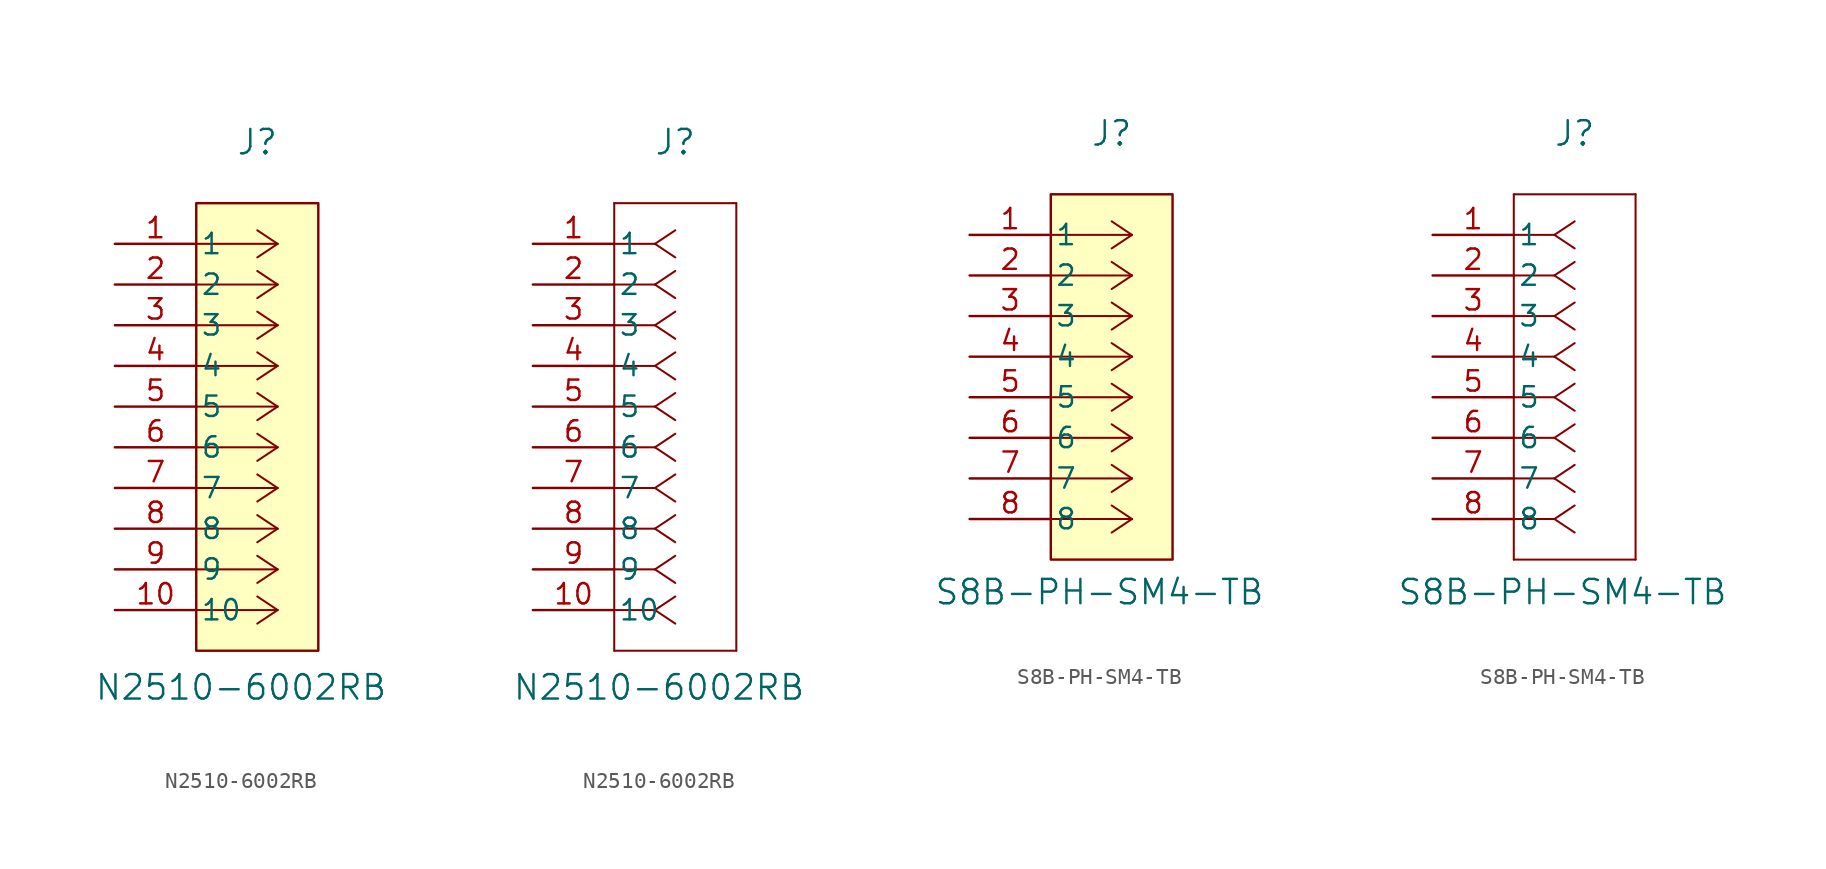
<source format=kicad_sym>
(kicad_symbol_lib
  (version 20231120)
  (generator "kicad_symbol_editor")
  (generator_version "8.0")
  (symbol "N2510-6002RB"
    (pin_names
      (offset 0.254))
    (property "Reference" "J"
      (at 8.89 6.35 0)
      (effects (font (size 1.524 1.524))))
    (property "Value" "N2510-6002RB"
      (at 7.874 -27.686 0)
      (effects (font (size 1.524 1.524))))
    (symbol "N2510-6002RB_1_1"
      (polyline (pts (xy 10.16 -22.86) (xy 5.08 -22.86)) (stroke (width 0.127) (type default)) (fill (type none)))
      (polyline (pts (xy 10.16 -22.86) (xy 8.89 -23.707)) (stroke (width 0.127) (type default)) (fill (type none)))
      (polyline (pts (xy 10.16 -22.86) (xy 8.89 -22.013)) (stroke (width 0.127) (type default)) (fill (type none)))
      (polyline (pts (xy 10.16 -20.32) (xy 5.08 -20.32)) (stroke (width 0.127) (type default)) (fill (type none)))
      (polyline (pts (xy 10.16 -20.32) (xy 8.89 -21.167)) (stroke (width 0.127) (type default)) (fill (type none)))
      (polyline (pts (xy 10.16 -20.32) (xy 8.89 -19.473)) (stroke (width 0.127) (type default)) (fill (type none)))
      (polyline (pts (xy 10.16 -17.78) (xy 5.08 -17.78)) (stroke (width 0.127) (type default)) (fill (type none)))
      (polyline (pts (xy 10.16 -17.78) (xy 8.89 -18.627)) (stroke (width 0.127) (type default)) (fill (type none)))
      (polyline (pts (xy 10.16 -17.78) (xy 8.89 -16.933)) (stroke (width 0.127) (type default)) (fill (type none)))
      (polyline (pts (xy 10.16 -15.24) (xy 5.08 -15.24)) (stroke (width 0.127) (type default)) (fill (type none)))
      (polyline (pts (xy 10.16 -15.24) (xy 8.89 -16.087)) (stroke (width 0.127) (type default)) (fill (type none)))
      (polyline (pts (xy 10.16 -15.24) (xy 8.89 -14.393)) (stroke (width 0.127) (type default)) (fill (type none)))
      (polyline (pts (xy 10.16 -12.7) (xy 5.08 -12.7)) (stroke (width 0.127) (type default)) (fill (type none)))
      (polyline (pts (xy 10.16 -12.7) (xy 8.89 -13.547)) (stroke (width 0.127) (type default)) (fill (type none)))
      (polyline (pts (xy 10.16 -12.7) (xy 8.89 -11.853)) (stroke (width 0.127) (type default)) (fill (type none)))
      (polyline (pts (xy 10.16 -10.16) (xy 5.08 -10.16)) (stroke (width 0.127) (type default)) (fill (type none)))
      (polyline (pts (xy 10.16 -10.16) (xy 8.89 -11.007)) (stroke (width 0.127) (type default)) (fill (type none)))
      (polyline (pts (xy 10.16 -10.16) (xy 8.89 -9.313)) (stroke (width 0.127) (type default)) (fill (type none)))
      (polyline (pts (xy 10.16 -7.62) (xy 5.08 -7.62)) (stroke (width 0.127) (type default)) (fill (type none)))
      (polyline (pts (xy 10.16 -7.62) (xy 8.89 -8.467)) (stroke (width 0.127) (type default)) (fill (type none)))
      (polyline (pts (xy 10.16 -7.62) (xy 8.89 -6.773)) (stroke (width 0.127) (type default)) (fill (type none)))
      (polyline (pts (xy 10.16 -5.08) (xy 5.08 -5.08)) (stroke (width 0.127) (type default)) (fill (type none)))
      (polyline (pts (xy 10.16 -5.08) (xy 8.89 -5.927)) (stroke (width 0.127) (type default)) (fill (type none)))
      (polyline (pts (xy 10.16 -5.08) (xy 8.89 -4.233)) (stroke (width 0.127) (type default)) (fill (type none)))
      (polyline (pts (xy 10.16 -2.54) (xy 5.08 -2.54)) (stroke (width 0.127) (type default)) (fill (type none)))
      (polyline (pts (xy 10.16 -2.54) (xy 8.89 -3.387)) (stroke (width 0.127) (type default)) (fill (type none)))
      (polyline (pts (xy 10.16 -2.54) (xy 8.89 -1.693)) (stroke (width 0.127) (type default)) (fill (type none)))
      (polyline (pts (xy 10.16 0) (xy 5.08 0)) (stroke (width 0.127) (type default)) (fill (type none)))
      (polyline (pts (xy 10.16 0) (xy 8.89 -0.847)) (stroke (width 0.127) (type default)) (fill (type none)))
      (polyline (pts (xy 10.16 0) (xy 8.89 0.847)) (stroke (width 0.127) (type default)) (fill (type none)))
      (rectangle (start 5.08 2.54) (end 12.7 -25.4) (stroke (width 0) (type default)) (fill (type background)))
      (pin unspecified line (at 0 0 0) (length 5.08) (name "1" (effects (font (size 1.27 1.27)))) (number "1" (effects (font (size 1.27 1.27)))))
      (pin unspecified line (at 0 -22.86 0) (length 5.08) (name "10" (effects (font (size 1.27 1.27)))) (number "10" (effects (font (size 1.27 1.27)))))
      (pin unspecified line (at 0 -2.54 0) (length 5.08) (name "2" (effects (font (size 1.27 1.27)))) (number "2" (effects (font (size 1.27 1.27)))))
      (pin unspecified line (at 0 -5.08 0) (length 5.08) (name "3" (effects (font (size 1.27 1.27)))) (number "3" (effects (font (size 1.27 1.27)))))
      (pin unspecified line (at 0 -7.62 0) (length 5.08) (name "4" (effects (font (size 1.27 1.27)))) (number "4" (effects (font (size 1.27 1.27)))))
      (pin unspecified line (at 0 -10.16 0) (length 5.08) (name "5" (effects (font (size 1.27 1.27)))) (number "5" (effects (font (size 1.27 1.27)))))
      (pin unspecified line (at 0 -12.7 0) (length 5.08) (name "6" (effects (font (size 1.27 1.27)))) (number "6" (effects (font (size 1.27 1.27)))))
      (pin unspecified line (at 0 -15.24 0) (length 5.08) (name "7" (effects (font (size 1.27 1.27)))) (number "7" (effects (font (size 1.27 1.27)))))
      (pin unspecified line (at 0 -17.78 0) (length 5.08) (name "8" (effects (font (size 1.27 1.27)))) (number "8" (effects (font (size 1.27 1.27)))))
      (pin unspecified line (at 0 -20.32 0) (length 5.08) (name "9" (effects (font (size 1.27 1.27)))) (number "9" (effects (font (size 1.27 1.27))))))
    (symbol "N2510-6002RB_1_2"
      (polyline (pts (xy 5.08 -25.4) (xy 12.7 -25.4)) (stroke (width 0.127) (type default)) (fill (type none)))
      (polyline (pts (xy 5.08 2.54) (xy 5.08 -25.4)) (stroke (width 0.127) (type default)) (fill (type none)))
      (polyline (pts (xy 7.62 -22.86) (xy 5.08 -22.86)) (stroke (width 0.127) (type default)) (fill (type none)))
      (polyline (pts (xy 7.62 -22.86) (xy 8.89 -23.707)) (stroke (width 0.127) (type default)) (fill (type none)))
      (polyline (pts (xy 7.62 -22.86) (xy 8.89 -22.013)) (stroke (width 0.127) (type default)) (fill (type none)))
      (polyline (pts (xy 7.62 -20.32) (xy 5.08 -20.32)) (stroke (width 0.127) (type default)) (fill (type none)))
      (polyline (pts (xy 7.62 -20.32) (xy 8.89 -21.167)) (stroke (width 0.127) (type default)) (fill (type none)))
      (polyline (pts (xy 7.62 -20.32) (xy 8.89 -19.473)) (stroke (width 0.127) (type default)) (fill (type none)))
      (polyline (pts (xy 7.62 -17.78) (xy 5.08 -17.78)) (stroke (width 0.127) (type default)) (fill (type none)))
      (polyline (pts (xy 7.62 -17.78) (xy 8.89 -18.627)) (stroke (width 0.127) (type default)) (fill (type none)))
      (polyline (pts (xy 7.62 -17.78) (xy 8.89 -16.933)) (stroke (width 0.127) (type default)) (fill (type none)))
      (polyline (pts (xy 7.62 -15.24) (xy 5.08 -15.24)) (stroke (width 0.127) (type default)) (fill (type none)))
      (polyline (pts (xy 7.62 -15.24) (xy 8.89 -16.087)) (stroke (width 0.127) (type default)) (fill (type none)))
      (polyline (pts (xy 7.62 -15.24) (xy 8.89 -14.393)) (stroke (width 0.127) (type default)) (fill (type none)))
      (polyline (pts (xy 7.62 -12.7) (xy 5.08 -12.7)) (stroke (width 0.127) (type default)) (fill (type none)))
      (polyline (pts (xy 7.62 -12.7) (xy 8.89 -13.547)) (stroke (width 0.127) (type default)) (fill (type none)))
      (polyline (pts (xy 7.62 -12.7) (xy 8.89 -11.853)) (stroke (width 0.127) (type default)) (fill (type none)))
      (polyline (pts (xy 7.62 -10.16) (xy 5.08 -10.16)) (stroke (width 0.127) (type default)) (fill (type none)))
      (polyline (pts (xy 7.62 -10.16) (xy 8.89 -11.007)) (stroke (width 0.127) (type default)) (fill (type none)))
      (polyline (pts (xy 7.62 -10.16) (xy 8.89 -9.313)) (stroke (width 0.127) (type default)) (fill (type none)))
      (polyline (pts (xy 7.62 -7.62) (xy 5.08 -7.62)) (stroke (width 0.127) (type default)) (fill (type none)))
      (polyline (pts (xy 7.62 -7.62) (xy 8.89 -8.467)) (stroke (width 0.127) (type default)) (fill (type none)))
      (polyline (pts (xy 7.62 -7.62) (xy 8.89 -6.773)) (stroke (width 0.127) (type default)) (fill (type none)))
      (polyline (pts (xy 7.62 -5.08) (xy 5.08 -5.08)) (stroke (width 0.127) (type default)) (fill (type none)))
      (polyline (pts (xy 7.62 -5.08) (xy 8.89 -5.927)) (stroke (width 0.127) (type default)) (fill (type none)))
      (polyline (pts (xy 7.62 -5.08) (xy 8.89 -4.233)) (stroke (width 0.127) (type default)) (fill (type none)))
      (polyline (pts (xy 7.62 -2.54) (xy 5.08 -2.54)) (stroke (width 0.127) (type default)) (fill (type none)))
      (polyline (pts (xy 7.62 -2.54) (xy 8.89 -3.387)) (stroke (width 0.127) (type default)) (fill (type none)))
      (polyline (pts (xy 7.62 -2.54) (xy 8.89 -1.693)) (stroke (width 0.127) (type default)) (fill (type none)))
      (polyline (pts (xy 7.62 0) (xy 5.08 0)) (stroke (width 0.127) (type default)) (fill (type none)))
      (polyline (pts (xy 7.62 0) (xy 8.89 -0.847)) (stroke (width 0.127) (type default)) (fill (type none)))
      (polyline (pts (xy 7.62 0) (xy 8.89 0.847)) (stroke (width 0.127) (type default)) (fill (type none)))
      (polyline (pts (xy 12.7 -25.4) (xy 12.7 2.54)) (stroke (width 0.127) (type default)) (fill (type none)))
      (polyline (pts (xy 12.7 2.54) (xy 5.08 2.54)) (stroke (width 0.127) (type default)) (fill (type none)))
      (pin unspecified line (at 0 0 0) (length 5.08) (name "1" (effects (font (size 1.27 1.27)))) (number "1" (effects (font (size 1.27 1.27)))))
      (pin unspecified line (at 0 -22.86 0) (length 5.08) (name "10" (effects (font (size 1.27 1.27)))) (number "10" (effects (font (size 1.27 1.27)))))
      (pin unspecified line (at 0 -2.54 0) (length 5.08) (name "2" (effects (font (size 1.27 1.27)))) (number "2" (effects (font (size 1.27 1.27)))))
      (pin unspecified line (at 0 -5.08 0) (length 5.08) (name "3" (effects (font (size 1.27 1.27)))) (number "3" (effects (font (size 1.27 1.27)))))
      (pin unspecified line (at 0 -7.62 0) (length 5.08) (name "4" (effects (font (size 1.27 1.27)))) (number "4" (effects (font (size 1.27 1.27)))))
      (pin unspecified line (at 0 -10.16 0) (length 5.08) (name "5" (effects (font (size 1.27 1.27)))) (number "5" (effects (font (size 1.27 1.27)))))
      (pin unspecified line (at 0 -12.7 0) (length 5.08) (name "6" (effects (font (size 1.27 1.27)))) (number "6" (effects (font (size 1.27 1.27)))))
      (pin unspecified line (at 0 -15.24 0) (length 5.08) (name "7" (effects (font (size 1.27 1.27)))) (number "7" (effects (font (size 1.27 1.27)))))
      (pin unspecified line (at 0 -17.78 0) (length 5.08) (name "8" (effects (font (size 1.27 1.27)))) (number "8" (effects (font (size 1.27 1.27)))))
      (pin unspecified line (at 0 -20.32 0) (length 5.08) (name "9" (effects (font (size 1.27 1.27)))) (number "9" (effects (font (size 1.27 1.27)))))))
  (symbol "S8B-PH-SM4-TB"
    (pin_names
      (offset 0.254))
    (property "Reference" "J"
      (at 8.89 6.35 0)
      (effects (font (size 1.524 1.524))))
    (property "Value" "S8B-PH-SM4-TB"
      (at 8.128 -22.352 0)
      (effects (font (size 1.524 1.524))))
    (symbol "S8B-PH-SM4-TB_0_1"
      (rectangle (start 5.08 2.54) (end 12.7 -20.32) (stroke (width 0) (type default)) (fill (type background))))
    (symbol "S8B-PH-SM4-TB_1_1"
      (polyline (pts (xy 10.16 -17.78) (xy 5.08 -17.78)) (stroke (width 0.127) (type default)) (fill (type none)))
      (polyline (pts (xy 10.16 -17.78) (xy 8.89 -18.627)) (stroke (width 0.127) (type default)) (fill (type none)))
      (polyline (pts (xy 10.16 -17.78) (xy 8.89 -16.933)) (stroke (width 0.127) (type default)) (fill (type none)))
      (polyline (pts (xy 10.16 -15.24) (xy 5.08 -15.24)) (stroke (width 0.127) (type default)) (fill (type none)))
      (polyline (pts (xy 10.16 -15.24) (xy 8.89 -16.087)) (stroke (width 0.127) (type default)) (fill (type none)))
      (polyline (pts (xy 10.16 -15.24) (xy 8.89 -14.393)) (stroke (width 0.127) (type default)) (fill (type none)))
      (polyline (pts (xy 10.16 -12.7) (xy 5.08 -12.7)) (stroke (width 0.127) (type default)) (fill (type none)))
      (polyline (pts (xy 10.16 -12.7) (xy 8.89 -13.547)) (stroke (width 0.127) (type default)) (fill (type none)))
      (polyline (pts (xy 10.16 -12.7) (xy 8.89 -11.853)) (stroke (width 0.127) (type default)) (fill (type none)))
      (polyline (pts (xy 10.16 -10.16) (xy 5.08 -10.16)) (stroke (width 0.127) (type default)) (fill (type none)))
      (polyline (pts (xy 10.16 -10.16) (xy 8.89 -11.007)) (stroke (width 0.127) (type default)) (fill (type none)))
      (polyline (pts (xy 10.16 -10.16) (xy 8.89 -9.313)) (stroke (width 0.127) (type default)) (fill (type none)))
      (polyline (pts (xy 10.16 -7.62) (xy 5.08 -7.62)) (stroke (width 0.127) (type default)) (fill (type none)))
      (polyline (pts (xy 10.16 -7.62) (xy 8.89 -8.467)) (stroke (width 0.127) (type default)) (fill (type none)))
      (polyline (pts (xy 10.16 -7.62) (xy 8.89 -6.773)) (stroke (width 0.127) (type default)) (fill (type none)))
      (polyline (pts (xy 10.16 -5.08) (xy 5.08 -5.08)) (stroke (width 0.127) (type default)) (fill (type none)))
      (polyline (pts (xy 10.16 -5.08) (xy 8.89 -5.927)) (stroke (width 0.127) (type default)) (fill (type none)))
      (polyline (pts (xy 10.16 -5.08) (xy 8.89 -4.233)) (stroke (width 0.127) (type default)) (fill (type none)))
      (polyline (pts (xy 10.16 -2.54) (xy 5.08 -2.54)) (stroke (width 0.127) (type default)) (fill (type none)))
      (polyline (pts (xy 10.16 -2.54) (xy 8.89 -3.387)) (stroke (width 0.127) (type default)) (fill (type none)))
      (polyline (pts (xy 10.16 -2.54) (xy 8.89 -1.693)) (stroke (width 0.127) (type default)) (fill (type none)))
      (polyline (pts (xy 10.16 0) (xy 5.08 0)) (stroke (width 0.127) (type default)) (fill (type none)))
      (polyline (pts (xy 10.16 0) (xy 8.89 -0.847)) (stroke (width 0.127) (type default)) (fill (type none)))
      (polyline (pts (xy 10.16 0) (xy 8.89 0.847)) (stroke (width 0.127) (type default)) (fill (type none)))
      (pin unspecified line (at 0 0 0) (length 5.08) (name "1" (effects (font (size 1.27 1.27)))) (number "1" (effects (font (size 1.27 1.27)))))
      (pin unspecified line (at 0 -2.54 0) (length 5.08) (name "2" (effects (font (size 1.27 1.27)))) (number "2" (effects (font (size 1.27 1.27)))))
      (pin unspecified line (at 0 -5.08 0) (length 5.08) (name "3" (effects (font (size 1.27 1.27)))) (number "3" (effects (font (size 1.27 1.27)))))
      (pin unspecified line (at 0 -7.62 0) (length 5.08) (name "4" (effects (font (size 1.27 1.27)))) (number "4" (effects (font (size 1.27 1.27)))))
      (pin unspecified line (at 0 -10.16 0) (length 5.08) (name "5" (effects (font (size 1.27 1.27)))) (number "5" (effects (font (size 1.27 1.27)))))
      (pin unspecified line (at 0 -12.7 0) (length 5.08) (name "6" (effects (font (size 1.27 1.27)))) (number "6" (effects (font (size 1.27 1.27)))))
      (pin unspecified line (at 0 -15.24 0) (length 5.08) (name "7" (effects (font (size 1.27 1.27)))) (number "7" (effects (font (size 1.27 1.27)))))
      (pin unspecified line (at 0 -17.78 0) (length 5.08) (name "8" (effects (font (size 1.27 1.27)))) (number "8" (effects (font (size 1.27 1.27))))))
    (symbol "S8B-PH-SM4-TB_1_2"
      (polyline (pts (xy 5.08 -20.32) (xy 12.7 -20.32)) (stroke (width 0.127) (type default)) (fill (type none)))
      (polyline (pts (xy 5.08 2.54) (xy 5.08 -20.32)) (stroke (width 0.127) (type default)) (fill (type none)))
      (polyline (pts (xy 7.62 -17.78) (xy 5.08 -17.78)) (stroke (width 0.127) (type default)) (fill (type none)))
      (polyline (pts (xy 7.62 -17.78) (xy 8.89 -18.627)) (stroke (width 0.127) (type default)) (fill (type none)))
      (polyline (pts (xy 7.62 -17.78) (xy 8.89 -16.933)) (stroke (width 0.127) (type default)) (fill (type none)))
      (polyline (pts (xy 7.62 -15.24) (xy 5.08 -15.24)) (stroke (width 0.127) (type default)) (fill (type none)))
      (polyline (pts (xy 7.62 -15.24) (xy 8.89 -16.087)) (stroke (width 0.127) (type default)) (fill (type none)))
      (polyline (pts (xy 7.62 -15.24) (xy 8.89 -14.393)) (stroke (width 0.127) (type default)) (fill (type none)))
      (polyline (pts (xy 7.62 -12.7) (xy 5.08 -12.7)) (stroke (width 0.127) (type default)) (fill (type none)))
      (polyline (pts (xy 7.62 -12.7) (xy 8.89 -13.547)) (stroke (width 0.127) (type default)) (fill (type none)))
      (polyline (pts (xy 7.62 -12.7) (xy 8.89 -11.853)) (stroke (width 0.127) (type default)) (fill (type none)))
      (polyline (pts (xy 7.62 -10.16) (xy 5.08 -10.16)) (stroke (width 0.127) (type default)) (fill (type none)))
      (polyline (pts (xy 7.62 -10.16) (xy 8.89 -11.007)) (stroke (width 0.127) (type default)) (fill (type none)))
      (polyline (pts (xy 7.62 -10.16) (xy 8.89 -9.313)) (stroke (width 0.127) (type default)) (fill (type none)))
      (polyline (pts (xy 7.62 -7.62) (xy 5.08 -7.62)) (stroke (width 0.127) (type default)) (fill (type none)))
      (polyline (pts (xy 7.62 -7.62) (xy 8.89 -8.467)) (stroke (width 0.127) (type default)) (fill (type none)))
      (polyline (pts (xy 7.62 -7.62) (xy 8.89 -6.773)) (stroke (width 0.127) (type default)) (fill (type none)))
      (polyline (pts (xy 7.62 -5.08) (xy 5.08 -5.08)) (stroke (width 0.127) (type default)) (fill (type none)))
      (polyline (pts (xy 7.62 -5.08) (xy 8.89 -5.927)) (stroke (width 0.127) (type default)) (fill (type none)))
      (polyline (pts (xy 7.62 -5.08) (xy 8.89 -4.233)) (stroke (width 0.127) (type default)) (fill (type none)))
      (polyline (pts (xy 7.62 -2.54) (xy 5.08 -2.54)) (stroke (width 0.127) (type default)) (fill (type none)))
      (polyline (pts (xy 7.62 -2.54) (xy 8.89 -3.387)) (stroke (width 0.127) (type default)) (fill (type none)))
      (polyline (pts (xy 7.62 -2.54) (xy 8.89 -1.693)) (stroke (width 0.127) (type default)) (fill (type none)))
      (polyline (pts (xy 7.62 0) (xy 5.08 0)) (stroke (width 0.127) (type default)) (fill (type none)))
      (polyline (pts (xy 7.62 0) (xy 8.89 -0.847)) (stroke (width 0.127) (type default)) (fill (type none)))
      (polyline (pts (xy 7.62 0) (xy 8.89 0.847)) (stroke (width 0.127) (type default)) (fill (type none)))
      (polyline (pts (xy 12.7 -20.32) (xy 12.7 2.54)) (stroke (width 0.127) (type default)) (fill (type none)))
      (polyline (pts (xy 12.7 2.54) (xy 5.08 2.54)) (stroke (width 0.127) (type default)) (fill (type none)))
      (pin unspecified line (at 0 0 0) (length 5.08) (name "1" (effects (font (size 1.27 1.27)))) (number "1" (effects (font (size 1.27 1.27)))))
      (pin unspecified line (at 0 -2.54 0) (length 5.08) (name "2" (effects (font (size 1.27 1.27)))) (number "2" (effects (font (size 1.27 1.27)))))
      (pin unspecified line (at 0 -5.08 0) (length 5.08) (name "3" (effects (font (size 1.27 1.27)))) (number "3" (effects (font (size 1.27 1.27)))))
      (pin unspecified line (at 0 -7.62 0) (length 5.08) (name "4" (effects (font (size 1.27 1.27)))) (number "4" (effects (font (size 1.27 1.27)))))
      (pin unspecified line (at 0 -10.16 0) (length 5.08) (name "5" (effects (font (size 1.27 1.27)))) (number "5" (effects (font (size 1.27 1.27)))))
      (pin unspecified line (at 0 -12.7 0) (length 5.08) (name "6" (effects (font (size 1.27 1.27)))) (number "6" (effects (font (size 1.27 1.27)))))
      (pin unspecified line (at 0 -15.24 0) (length 5.08) (name "7" (effects (font (size 1.27 1.27)))) (number "7" (effects (font (size 1.27 1.27)))))
      (pin unspecified line (at 0 -17.78 0) (length 5.08) (name "8" (effects (font (size 1.27 1.27)))) (number "8" (effects (font (size 1.27 1.27))))))))
</source>
